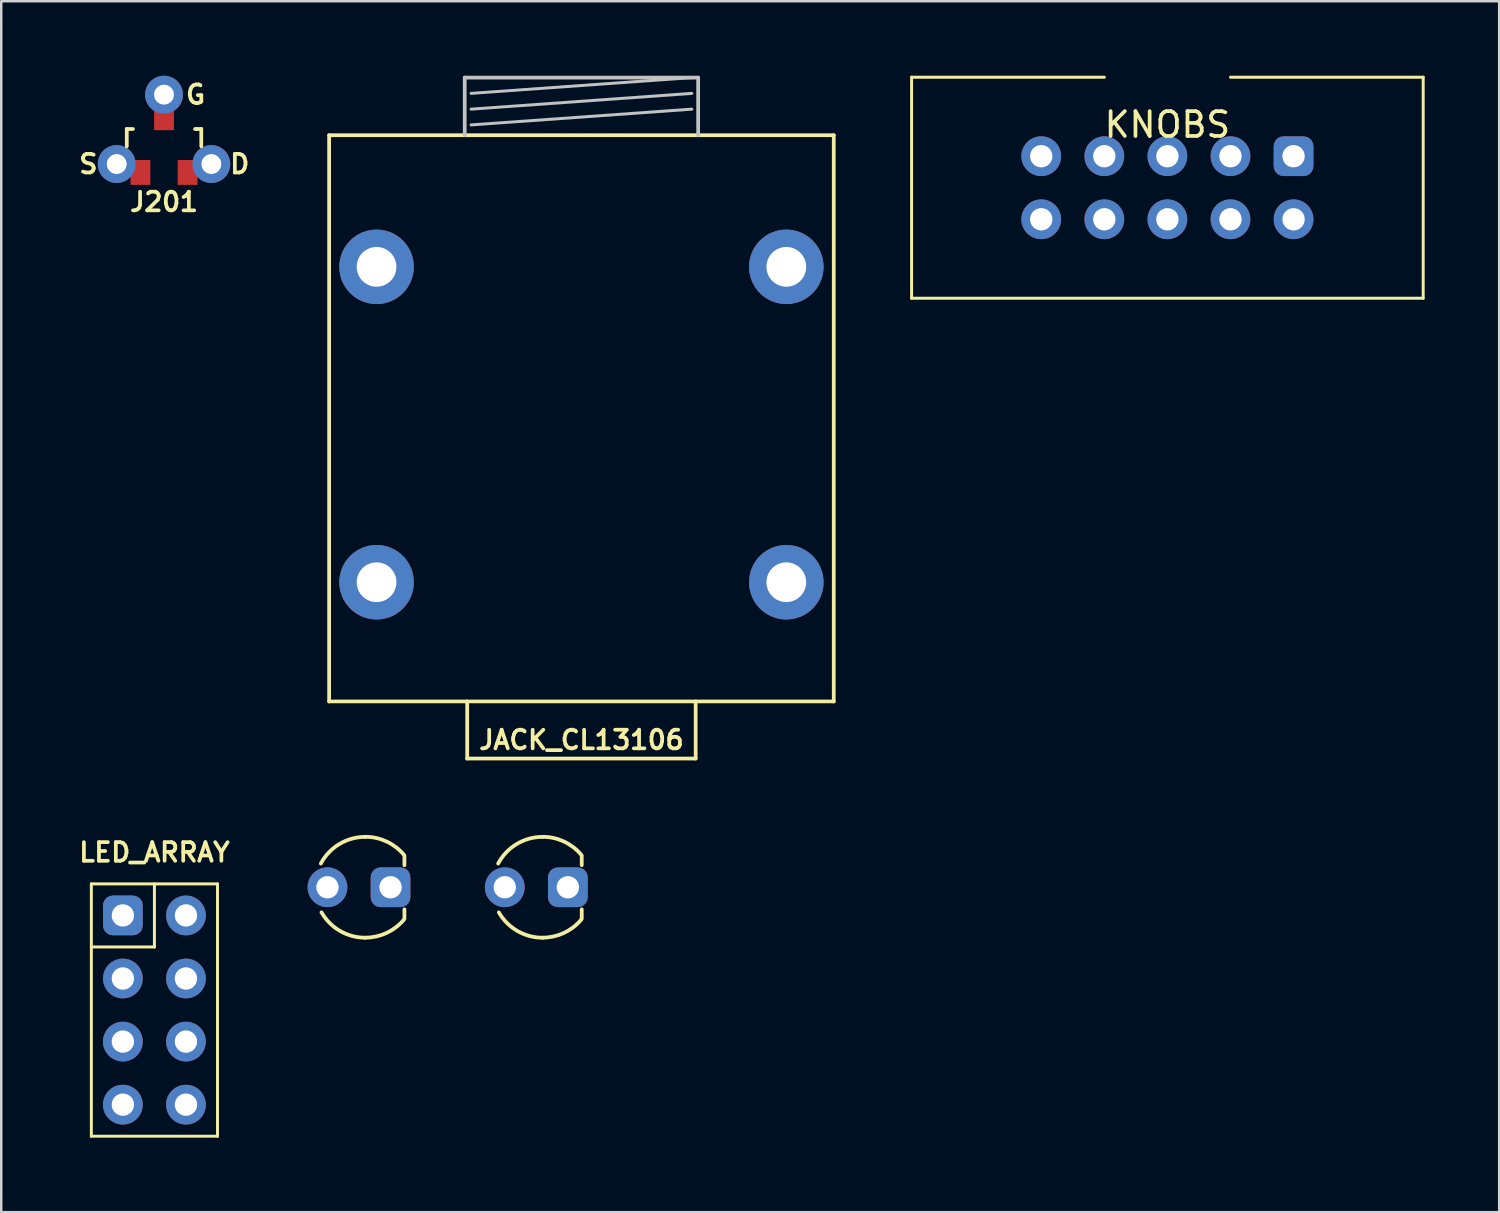
<source format=kicad_pcb>
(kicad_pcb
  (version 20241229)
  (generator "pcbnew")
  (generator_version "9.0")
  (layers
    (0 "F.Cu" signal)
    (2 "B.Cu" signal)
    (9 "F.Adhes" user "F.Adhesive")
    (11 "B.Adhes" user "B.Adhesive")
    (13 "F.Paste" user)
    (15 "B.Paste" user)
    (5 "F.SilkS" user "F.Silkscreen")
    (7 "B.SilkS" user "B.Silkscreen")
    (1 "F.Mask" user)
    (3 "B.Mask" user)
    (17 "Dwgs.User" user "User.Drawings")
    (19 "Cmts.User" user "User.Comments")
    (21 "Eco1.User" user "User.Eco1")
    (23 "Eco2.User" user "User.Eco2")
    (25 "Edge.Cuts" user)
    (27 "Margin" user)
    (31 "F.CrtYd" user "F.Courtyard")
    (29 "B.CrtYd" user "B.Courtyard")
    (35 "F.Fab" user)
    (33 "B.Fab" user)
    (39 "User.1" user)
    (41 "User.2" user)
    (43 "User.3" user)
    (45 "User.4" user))
  (footprint "JACK_CL13106"
    (layer "F.Cu")
    (at 20.363 14.045)
    (property "Reference" "JACK_CL13106" (at 0 12.7 0) (layer "F.SilkS") (effects (font (size 0.75 0.75) (thickness 0.15))))
    (attr through_hole)
    (fp_line (start -10.16 -11.65) (end -10.16 11.15) (stroke (width 0.15) (type solid)) (layer "F.SilkS"))
    (fp_line (start -10.16 11.15) (end 10.16 11.15) (stroke (width 0.15) (type solid)) (layer "F.SilkS"))
    (fp_line (start -4.6 11.15) (end -4.6 13.45) (stroke (width 0.15) (type solid)) (layer "F.SilkS"))
    (fp_line (start -4.6 13.45) (end 4.6 13.45) (stroke (width 0.15) (type solid)) (layer "F.SilkS"))
    (fp_line (start 4.6 13.45) (end 4.6 11.15) (stroke (width 0.15) (type solid)) (layer "F.SilkS"))
    (fp_line (start 10.16 -11.65) (end -10.16 -11.65) (stroke (width 0.15) (type solid)) (layer "F.SilkS"))
    (fp_line (start 10.16 -11.65) (end 10.16 11.15) (stroke (width 0.15) (type solid)) (layer "F.SilkS"))
    (fp_line (start -4.7 -13.97) (end -4.7 -11.65) (stroke (width 0.15) (type solid)) (layer "Dwgs.User"))
    (fp_line (start -4.7 -13.97) (end 4.7 -13.97) (stroke (width 0.15) (type solid)) (layer "Dwgs.User"))
    (fp_line (start -4.445 -13.335) (end 4.445 -13.97) (stroke (width 0.12) (type solid)) (layer "Dwgs.User"))
    (fp_line (start -4.445 -12.7) (end 4.445 -13.335) (stroke (width 0.12) (type solid)) (layer "Dwgs.User"))
    (fp_line (start -4.445 -12.065) (end 4.445 -12.7) (stroke (width 0.12) (type solid)) (layer "Dwgs.User"))
    (fp_line (start 4.7 -13.97) (end 4.7 -11.65) (stroke (width 0.15) (type solid)) (layer "Dwgs.User"))
    (pad "1" thru_hole circle (at 8.25 -6.35) (size 3 3) (drill 1.6) (layers "*.Cu" "*.Mask"))
    (pad "3" thru_hole circle (at 8.25 6.35) (size 3 3) (drill 1.6) (layers "*.Cu" "*.Mask"))
    (pad "4" thru_hole circle (at -8.25 -6.35) (size 3 3) (drill 1.6) (layers "*.Cu" "*.Mask"))
    (pad "6" thru_hole circle (at -8.25 6.35) (size 3 3) (drill 1.6) (layers "*.Cu" "*.Mask")))
  (footprint "KNOBS"
    (layer "F.Cu")
    (at 43.958 4.51)
    (property "Reference" "KNOBS" (at 0 -2.54 0) (unlocked yes) (layer "F.SilkS") (effects (font (size 1 1) (thickness 0.15))))
    (attr through_hole)
    (fp_line (start -10.3 -4.45) (end -10.3 4.45) (stroke (width 0.12) (type default)) (layer "F.SilkS"))
    (fp_line (start -10.3 -4.45) (end -2.54 -4.45) (stroke (width 0.12) (type default)) (layer "F.SilkS"))
    (fp_line (start 2.54 -4.45) (end 10.3 -4.45) (stroke (width 0.12) (type default)) (layer "F.SilkS"))
    (fp_line (start 10.3 -4.45) (end 10.3 4.45) (stroke (width 0.12) (type default)) (layer "F.SilkS"))
    (fp_line (start 10.3 4.45) (end -10.3 4.45) (stroke (width 0.12) (type default)) (layer "F.SilkS"))
    (pad "1" thru_hole roundrect (at 5.08 -1.27) (size 1.6 1.6) (drill 0.9) (layers "*.Cu" "*.Mask") (roundrect_rratio 0.25))
    (pad "2" thru_hole circle (at 2.54 -1.27) (size 1.6 1.6) (drill 0.9) (layers "*.Cu" "*.Mask"))
    (pad "3" thru_hole circle (at 0 -1.27) (size 1.6 1.6) (drill 0.9) (layers "*.Cu" "*.Mask"))
    (pad "4" thru_hole circle (at -2.54 -1.27) (size 1.6 1.6) (drill 0.9) (layers "*.Cu" "*.Mask"))
    (pad "5" thru_hole circle (at -5.08 -1.27) (size 1.6 1.6) (drill 0.9) (layers "*.Cu" "*.Mask"))
    (pad "6" thru_hole circle (at -5.08 1.27) (size 1.6 1.6) (drill 0.9) (layers "*.Cu" "*.Mask"))
    (pad "7" thru_hole circle (at -2.54 1.27) (size 1.6 1.6) (drill 0.9) (layers "*.Cu" "*.Mask"))
    (pad "8" thru_hole circle (at 0 1.27) (size 1.6 1.6) (drill 0.9) (layers "*.Cu" "*.Mask"))
    (pad "9" thru_hole circle (at 2.54 1.27) (size 1.6 1.6) (drill 0.9) (layers "*.Cu" "*.Mask"))
    (pad "10" thru_hole circle (at 5.08 1.27) (size 1.6 1.6) (drill 0.9) (layers "*.Cu" "*.Mask")))
  (footprint "LED_D3.0mm_Horizontal_Short"
    (layer "F.Cu")
    (at 18.546 32.678)
    (property "Reference" "LED_D3.0mm_Horizontal_Short" (at 0.5 -0.5 90) (layer "Dwgs.User") (effects (font (size 0.025 0.025) (thickness 0.001))))
    (attr through_hole)
    (fp_line (start 1.829 -1.27) (end 1.829 -0.889) (stroke (width 0.152) (type solid)) (layer "F.SilkS"))
    (fp_line (start 1.829 1.27) (end 1.829 0.889) (stroke (width 0.152) (type solid)) (layer "F.SilkS"))
    (fp_arc (start -1.5367 -0.95504) (mid -0.790567 -1.739997) (end 0.253025 -2.02946) (stroke (width 0.1524) (type solid)) (layer "F.SilkS"))
    (fp_arc (start 0.254 -2.032) (mid 1.114367 -1.840867) (end 1.81288 -1.303426) (stroke (width 0.1524) (type solid)) (layer "F.SilkS"))
    (fp_arc (start 0.254 2.032) (mid -0.76507 1.757988) (end -1.509299 1.009851) (stroke (width 0.1524) (type solid)) (layer "F.SilkS"))
    (fp_arc (start 1.8034 1.31064) (mid 1.109154 1.840416) (end 0.256552 2.029387) (stroke (width 0.1524) (type solid)) (layer "F.SilkS"))
    (pad "1" thru_hole roundrect (at 1.27 0) (size 1.6 1.6) (drill 0.9) (layers "*.Cu" "*.Mask") (roundrect_rratio 0.25))
    (pad "2" thru_hole circle (at -1.27 0) (size 1.6 1.6) (drill 0.9) (layers "*.Cu" "*.Mask")))
  (footprint "LED_D3.0mm_Horizontal_Long"
    (layer "F.Cu")
    (at 11.406 32.678)
    (property "Reference" "LED_D3.0mm_Horizontal_Long" (at 0.5 -0.5 90) (layer "Dwgs.User") (effects (font (size 0.025 0.025) (thickness 0.001))))
    (attr through_hole)
    (fp_line (start 1.829 -1.27) (end 1.829 -0.889) (stroke (width 0.152) (type solid)) (layer "F.SilkS"))
    (fp_line (start 1.829 1.27) (end 1.829 0.889) (stroke (width 0.152) (type solid)) (layer "F.SilkS"))
    (fp_arc (start -1.5367 -0.95504) (mid -0.790567 -1.739997) (end 0.253025 -2.02946) (stroke (width 0.1524) (type solid)) (layer "F.SilkS"))
    (fp_arc (start 0.254 -2.032) (mid 1.114367 -1.840867) (end 1.81288 -1.303426) (stroke (width 0.1524) (type solid)) (layer "F.SilkS"))
    (fp_arc (start 0.254 2.032) (mid -0.76507 1.757988) (end -1.509299 1.009851) (stroke (width 0.1524) (type solid)) (layer "F.SilkS"))
    (fp_arc (start 1.8034 1.31064) (mid 1.109154 1.840416) (end 0.256552 2.029387) (stroke (width 0.1524) (type solid)) (layer "F.SilkS"))
    (pad "1" thru_hole roundrect (at 1.27 0) (size 1.6 1.6) (drill 0.9) (layers "*.Cu" "*.Mask") (roundrect_rratio 0.25))
    (pad "2" thru_hole circle (at -1.27 0) (size 1.6 1.6) (drill 0.9) (layers "*.Cu" "*.Mask")))
  (footprint "LED_ARRAY"
    (layer "F.Cu")
    (at 3.168 37.622)
    (property "Reference" "LED_ARRAY" (at 0 -6.35 0) (unlocked yes) (layer "F.SilkS") (effects (font (size 0.75 0.75) (thickness 0.15))))
    (attr through_hole)
    (fp_line (start -2.54 -5.08) (end 2.54 -5.08) (stroke (width 0.12) (type solid)) (layer "F.SilkS"))
    (fp_line (start -2.54 -2.54) (end 0 -2.54) (stroke (width 0.12) (type solid)) (layer "F.SilkS"))
    (fp_line (start -2.54 5.08) (end -2.54 -5.08) (stroke (width 0.12) (type solid)) (layer "F.SilkS"))
    (fp_line (start 0 -5.08) (end 0 -2.54) (stroke (width 0.12) (type solid)) (layer "F.SilkS"))
    (fp_line (start 2.54 -5.08) (end 2.54 5.08) (stroke (width 0.12) (type solid)) (layer "F.SilkS"))
    (fp_line (start 2.54 5.08) (end -2.54 5.08) (stroke (width 0.12) (type solid)) (layer "F.SilkS"))
    (pad "1" thru_hole roundrect (at -1.27 -3.81) (size 1.6 1.6) (drill 0.9) (layers "*.Cu" "*.Mask") (roundrect_rratio 0.25))
    (pad "2" thru_hole circle (at 1.27 -3.81) (size 1.6 1.6) (drill 0.9) (layers "*.Cu" "*.Mask"))
    (pad "3" thru_hole circle (at -1.27 -1.27) (size 1.6 1.6) (drill 0.9) (layers "*.Cu" "*.Mask"))
    (pad "4" thru_hole circle (at 1.27 -1.27) (size 1.6 1.6) (drill 0.9) (layers "*.Cu" "*.Mask"))
    (pad "5" thru_hole circle (at -1.27 1.27) (size 1.6 1.6) (drill 0.9) (layers "*.Cu" "*.Mask"))
    (pad "6" thru_hole circle (at 1.27 1.27) (size 1.6 1.6) (drill 0.9) (layers "*.Cu" "*.Mask"))
    (pad "7" thru_hole circle (at -1.27 3.81) (size 1.6 1.6) (drill 0.9) (layers "*.Cu" "*.Mask"))
    (pad "8" thru_hole circle (at 1.27 3.81) (size 1.6 1.6) (drill 0.9) (layers "*.Cu" "*.Mask")))
  (footprint "J201"
    (layer "F.Cu")
    (at 3.555 2.794)
    (property "Reference" "J201" (at 0 2.286 0) (layer "F.SilkS") (effects (font (size 0.75 0.75) (thickness 0.15))))
    (attr smd)
    (fp_line (start -1.5 -0.65) (end -1.251 -0.65) (stroke (width 0.15) (type solid)) (layer "F.SilkS"))
    (fp_line (start -1.5 0.051) (end -1.5 -0.65) (stroke (width 0.15) (type solid)) (layer "F.SilkS"))
    (fp_line (start 1.299 -0.65) (end 1.251 -0.65) (stroke (width 0.15) (type solid)) (layer "F.SilkS"))
    (fp_line (start 1.299 -0.65) (end 1.5 -0.65) (stroke (width 0.15) (type solid)) (layer "F.SilkS"))
    (fp_line (start 1.5 -0.65) (end 1.5 0.051) (stroke (width 0.15) (type solid)) (layer "F.SilkS"))
    (fp_text user "G" (at 1.27 -2.032 0) (layer "F.SilkS") (effects (font (size 0.75 0.75) (thickness 0.15))))
    (fp_text user "D" (at 3.048 0.762 0) (layer "F.SilkS") (effects (font (size 0.75 0.75) (thickness 0.15))))
    (fp_text user "S" (at -3.048 0.762 0) (layer "F.SilkS") (effects (font (size 0.75 0.75) (thickness 0.15))))
    (pad "1" thru_hole circle (at -1.905 0.762) (size 1.524 1.524) (drill 0.8) (layers "*.Cu" "*.Mask"))
    (pad "1" smd rect (at -0.95 1.1) (size 0.8 1) (layers "F.Cu" "F.Mask" "F.Paste"))
    (pad "2" smd rect (at 0.95 1.1) (size 0.8 1) (layers "F.Cu" "F.Mask" "F.Paste"))
    (pad "2" thru_hole circle (at 1.905 0.762) (size 1.524 1.524) (drill 0.8) (layers "*.Cu" "*.Mask"))
    (pad "3" thru_hole circle (at 0 -2.032) (size 1.524 1.524) (drill 0.8) (layers "*.Cu" "*.Mask"))
    (pad "3" smd rect (at 0 -1.1) (size 0.8 1) (layers "F.Cu" "F.Mask" "F.Paste")))
  (gr_rect
    (start -3 -3)
    (end 57.318 45.762)
    (stroke (width 0.1) (type default))
    (fill no)
    (layer "Edge.Cuts")))
</source>
